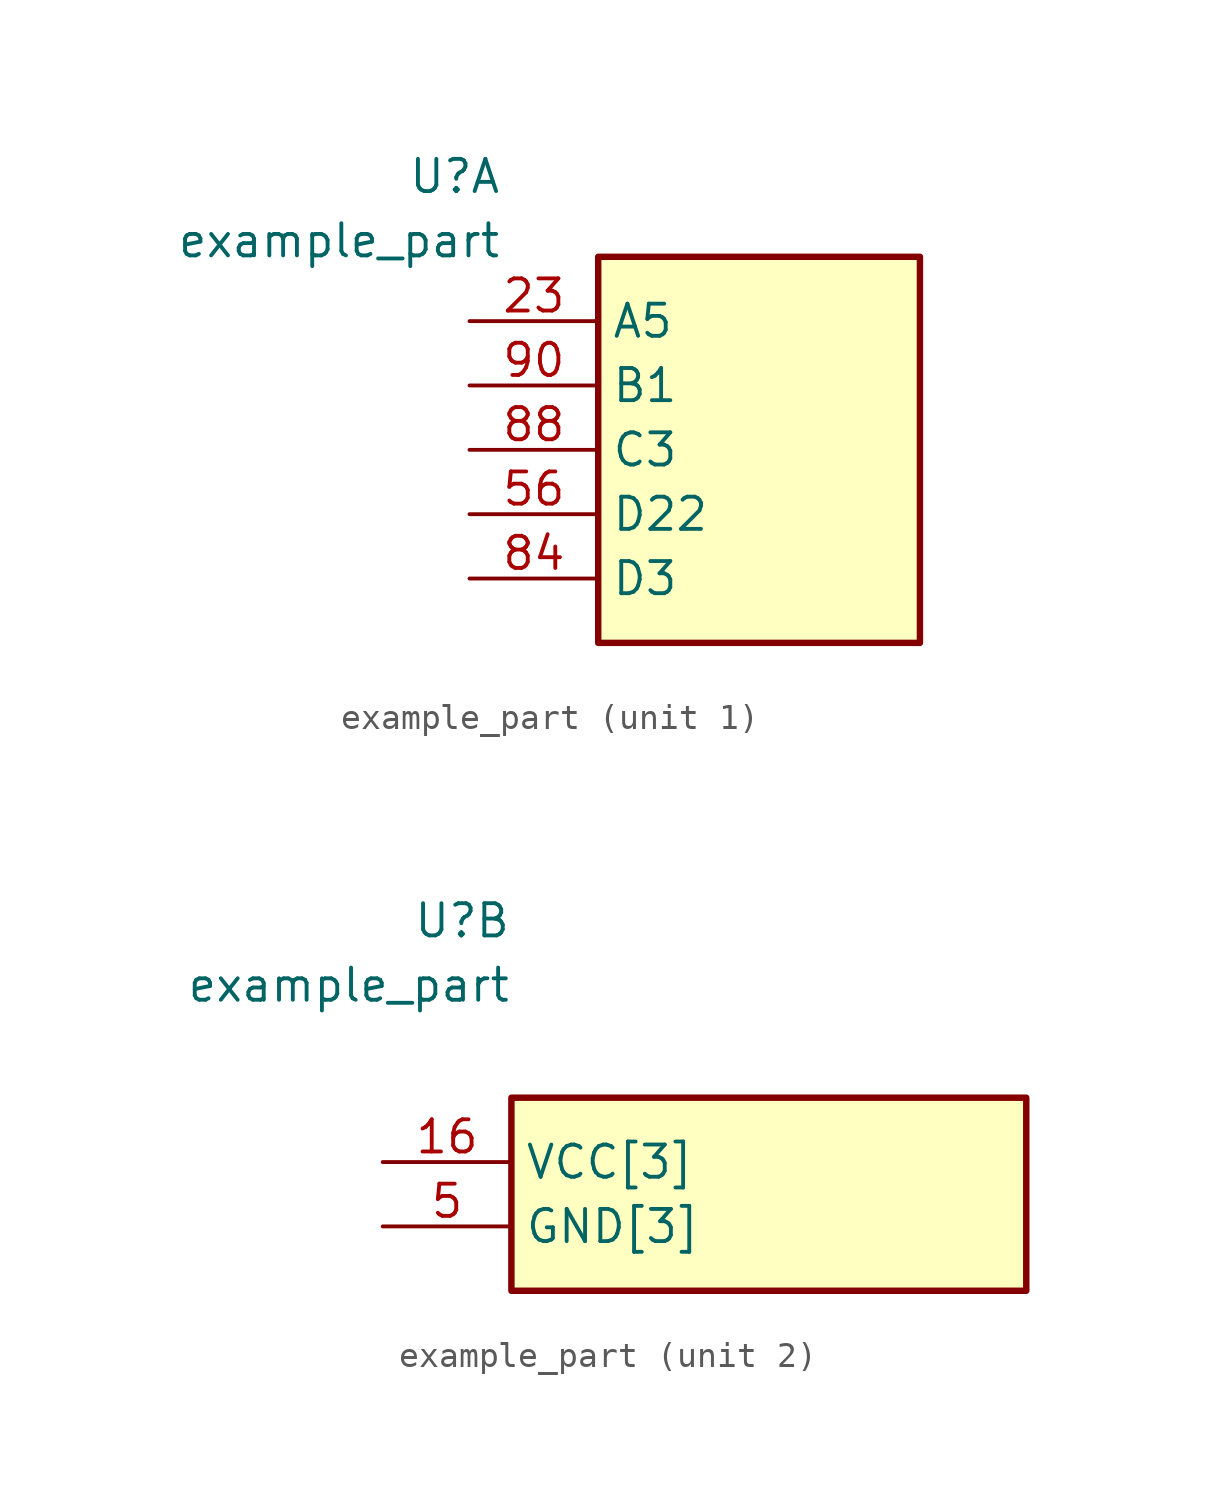
<source format=kicad_sym>
(kicad_symbol_lib
  (version 20241209)
  (generator "kicad_symbol_editor")
  (generator_version "8.0")
  (symbol "example_part"
    (property "Reference" "U"
      (at -10.16 10.795 0)
      (effects (font (size 1.27 1.27)) (justify right) (hide no)))
    (property "Value" "example_part"
      (at -10.16 8.255 0)
      (effects (font (size 1.27 1.27)) (justify right) (hide no)))
    (symbol "example_part_1_1"
      (rectangle (start -6.35 -7.62) (end 6.35 7.62) (stroke (width 0.254) (type solid)) (fill (type background)))
      (pin input line (at -11.43 5.08 0) (length 5.08) (name "A5" (effects (font (size 1.27 1.27)))) (number "23" (effects (font (size 1.27 1.27)))))
      (pin output line (at -11.43 2.54 0) (length 5.08) (name "B1" (effects (font (size 1.27 1.27)))) (number "90" (effects (font (size 1.27 1.27)))))
      (pin bidirectional line (at -11.43 0.0 0) (length 5.08) (name "C3" (effects (font (size 1.27 1.27)))) (number "88" (effects (font (size 1.27 1.27)))))
      (pin tri_state line (at -11.43 -2.54 0) (length 5.08) (name "D22" (effects (font (size 1.27 1.27)))) (number "56" (effects (font (size 1.27 1.27)))))
      (pin tri_state line (at -11.43 -5.08 0) (length 5.08) (name "D3" (effects (font (size 1.27 1.27)))) (number "84" (effects (font (size 1.27 1.27))))))
    (symbol "example_part_2_1"
      (rectangle (start -10.16 -3.81) (end 10.16 3.81) (stroke (width 0.254) (type solid)) (fill (type background)))
      (pin power_in line (at -15.24 1.27 0) (length 5.08) (name "VCC[3]" (effects (font (size 1.27 1.27)))) (number "16" (effects (font (size 1.27 1.27)))))
      (pin power_in line (at -15.24 1.27 0) (length 5.08) (hide yes) (name "VCC[3]" (effects (font (size 1.27 1.27)))) (number "29" (effects (font (size 1.27 1.27)))))
      (pin power_in line (at -15.24 1.27 0) (length 5.08) (hide yes) (name "VCC[3]" (effects (font (size 1.27 1.27)))) (number "99" (effects (font (size 1.27 1.27)))))
      (pin power_in line (at -15.24 -1.27 0) (length 5.08) (name "GND[3]" (effects (font (size 1.27 1.27)))) (number "5" (effects (font (size 1.27 1.27)))))
      (pin power_in line (at -15.24 -1.27 0) (length 5.08) (hide yes) (name "GND[3]" (effects (font (size 1.27 1.27)))) (number "98" (effects (font (size 1.27 1.27)))))
      (pin power_in line (at -15.24 -1.27 0) (length 5.08) (hide yes) (name "GND[3]" (effects (font (size 1.27 1.27)))) (number "59" (effects (font (size 1.27 1.27))))))))
</source>
